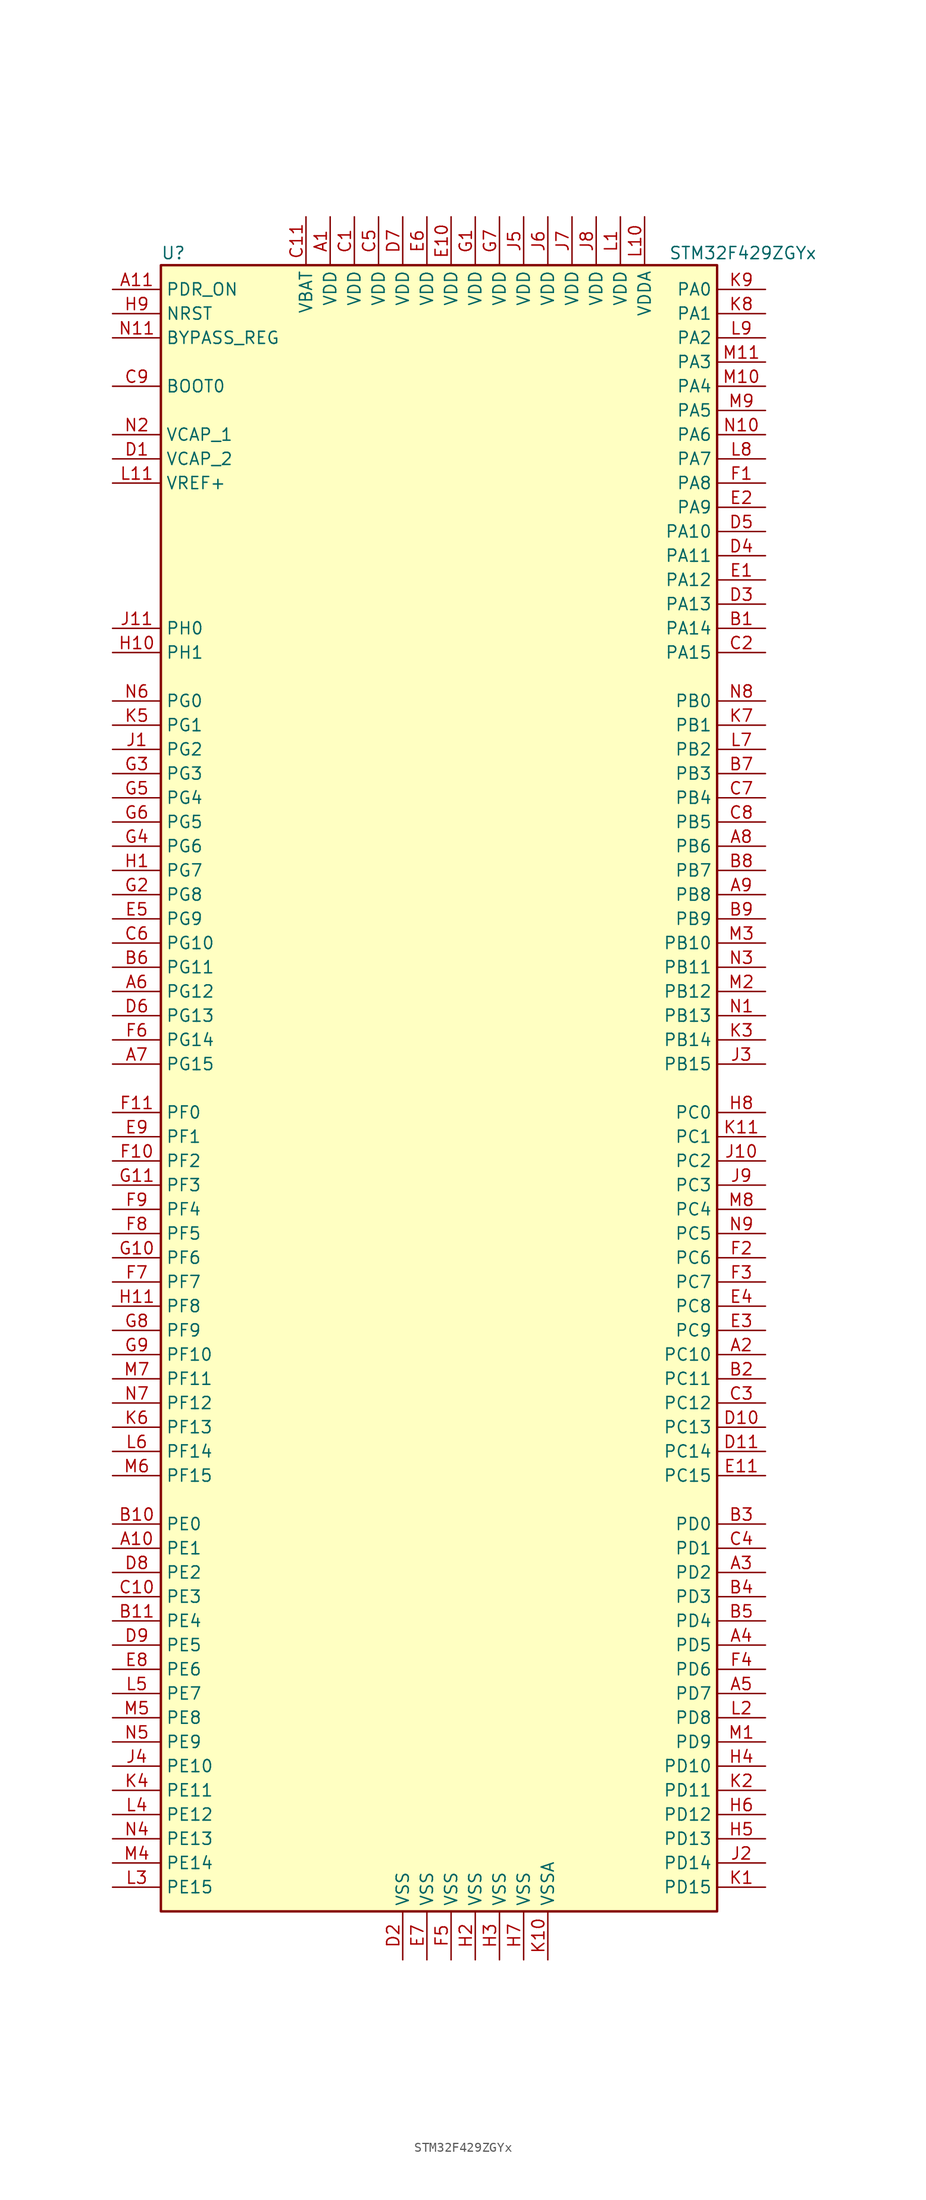
<source format=kicad_sym>
(kicad_symbol_lib
  (version 20220914)
  (generator kicad_symbol_editor)
  (symbol "STM32F429ZGYx"
    (property "Reference" "U"
      (at -30.48 87.63 0)
      (effects (font (size 1.27 1.27)) (justify left)))
    (property "Value" "STM32F429ZGYx"
      (at 22.86 87.63 0)
      (effects (font (size 1.27 1.27)) (justify left)))
    (symbol "STM32F429ZGYx_0_1"
      (rectangle (start -30.48 -86.36) (end 27.94 86.36) (stroke (width 0.254) (type default)) (fill (type background))))
    (symbol "STM32F429ZGYx_1_1"
      (pin power_in line (at -12.7 91.44 270) (length 5.08) (name "VDD" (effects (font (size 1.27 1.27)))) (number "A1" (effects (font (size 1.27 1.27)))))
      (pin bidirectional line (at -35.56 -48.26 0) (length 5.08) (name "PE1" (effects (font (size 1.27 1.27)))) (number "A10" (effects (font (size 1.27 1.27)))))
      (pin input line (at -35.56 83.82 0) (length 5.08) (name "PDR_ON" (effects (font (size 1.27 1.27)))) (number "A11" (effects (font (size 1.27 1.27)))))
      (pin bidirectional line (at 33.02 -27.94 180) (length 5.08) (name "PC10" (effects (font (size 1.27 1.27)))) (number "A2" (effects (font (size 1.27 1.27)))))
      (pin bidirectional line (at 33.02 -50.8 180) (length 5.08) (name "PD2" (effects (font (size 1.27 1.27)))) (number "A3" (effects (font (size 1.27 1.27)))))
      (pin bidirectional line (at 33.02 -58.42 180) (length 5.08) (name "PD5" (effects (font (size 1.27 1.27)))) (number "A4" (effects (font (size 1.27 1.27)))))
      (pin bidirectional line (at 33.02 -63.5 180) (length 5.08) (name "PD7" (effects (font (size 1.27 1.27)))) (number "A5" (effects (font (size 1.27 1.27)))))
      (pin bidirectional line (at -35.56 10.16 0) (length 5.08) (name "PG12" (effects (font (size 1.27 1.27)))) (number "A6" (effects (font (size 1.27 1.27)))))
      (pin bidirectional line (at -35.56 2.54 0) (length 5.08) (name "PG15" (effects (font (size 1.27 1.27)))) (number "A7" (effects (font (size 1.27 1.27)))))
      (pin bidirectional line (at 33.02 25.4 180) (length 5.08) (name "PB6" (effects (font (size 1.27 1.27)))) (number "A8" (effects (font (size 1.27 1.27)))))
      (pin bidirectional line (at 33.02 20.32 180) (length 5.08) (name "PB8" (effects (font (size 1.27 1.27)))) (number "A9" (effects (font (size 1.27 1.27)))))
      (pin bidirectional line (at 33.02 48.26 180) (length 5.08) (name "PA14" (effects (font (size 1.27 1.27)))) (number "B1" (effects (font (size 1.27 1.27)))))
      (pin bidirectional line (at -35.56 -45.72 0) (length 5.08) (name "PE0" (effects (font (size 1.27 1.27)))) (number "B10" (effects (font (size 1.27 1.27)))))
      (pin bidirectional line (at -35.56 -55.88 0) (length 5.08) (name "PE4" (effects (font (size 1.27 1.27)))) (number "B11" (effects (font (size 1.27 1.27)))))
      (pin bidirectional line (at 33.02 -30.48 180) (length 5.08) (name "PC11" (effects (font (size 1.27 1.27)))) (number "B2" (effects (font (size 1.27 1.27)))))
      (pin bidirectional line (at 33.02 -45.72 180) (length 5.08) (name "PD0" (effects (font (size 1.27 1.27)))) (number "B3" (effects (font (size 1.27 1.27)))))
      (pin bidirectional line (at 33.02 -53.34 180) (length 5.08) (name "PD3" (effects (font (size 1.27 1.27)))) (number "B4" (effects (font (size 1.27 1.27)))))
      (pin bidirectional line (at 33.02 -55.88 180) (length 5.08) (name "PD4" (effects (font (size 1.27 1.27)))) (number "B5" (effects (font (size 1.27 1.27)))))
      (pin bidirectional line (at -35.56 12.7 0) (length 5.08) (name "PG11" (effects (font (size 1.27 1.27)))) (number "B6" (effects (font (size 1.27 1.27)))))
      (pin bidirectional line (at 33.02 33.02 180) (length 5.08) (name "PB3" (effects (font (size 1.27 1.27)))) (number "B7" (effects (font (size 1.27 1.27)))))
      (pin bidirectional line (at 33.02 22.86 180) (length 5.08) (name "PB7" (effects (font (size 1.27 1.27)))) (number "B8" (effects (font (size 1.27 1.27)))))
      (pin bidirectional line (at 33.02 17.78 180) (length 5.08) (name "PB9" (effects (font (size 1.27 1.27)))) (number "B9" (effects (font (size 1.27 1.27)))))
      (pin power_in line (at -10.16 91.44 270) (length 5.08) (name "VDD" (effects (font (size 1.27 1.27)))) (number "C1" (effects (font (size 1.27 1.27)))))
      (pin bidirectional line (at -35.56 -53.34 0) (length 5.08) (name "PE3" (effects (font (size 1.27 1.27)))) (number "C10" (effects (font (size 1.27 1.27)))))
      (pin power_in line (at -15.24 91.44 270) (length 5.08) (name "VBAT" (effects (font (size 1.27 1.27)))) (number "C11" (effects (font (size 1.27 1.27)))))
      (pin bidirectional line (at 33.02 45.72 180) (length 5.08) (name "PA15" (effects (font (size 1.27 1.27)))) (number "C2" (effects (font (size 1.27 1.27)))))
      (pin bidirectional line (at 33.02 -33.02 180) (length 5.08) (name "PC12" (effects (font (size 1.27 1.27)))) (number "C3" (effects (font (size 1.27 1.27)))))
      (pin bidirectional line (at 33.02 -48.26 180) (length 5.08) (name "PD1" (effects (font (size 1.27 1.27)))) (number "C4" (effects (font (size 1.27 1.27)))))
      (pin power_in line (at -7.62 91.44 270) (length 5.08) (name "VDD" (effects (font (size 1.27 1.27)))) (number "C5" (effects (font (size 1.27 1.27)))))
      (pin bidirectional line (at -35.56 15.24 0) (length 5.08) (name "PG10" (effects (font (size 1.27 1.27)))) (number "C6" (effects (font (size 1.27 1.27)))))
      (pin bidirectional line (at 33.02 30.48 180) (length 5.08) (name "PB4" (effects (font (size 1.27 1.27)))) (number "C7" (effects (font (size 1.27 1.27)))))
      (pin bidirectional line (at 33.02 27.94 180) (length 5.08) (name "PB5" (effects (font (size 1.27 1.27)))) (number "C8" (effects (font (size 1.27 1.27)))))
      (pin input line (at -35.56 73.66 0) (length 5.08) (name "BOOT0" (effects (font (size 1.27 1.27)))) (number "C9" (effects (font (size 1.27 1.27)))))
      (pin power_in line (at -35.56 66.04 0) (length 5.08) (name "VCAP_2" (effects (font (size 1.27 1.27)))) (number "D1" (effects (font (size 1.27 1.27)))))
      (pin bidirectional line (at 33.02 -35.56 180) (length 5.08) (name "PC13" (effects (font (size 1.27 1.27)))) (number "D10" (effects (font (size 1.27 1.27)))))
      (pin bidirectional line (at 33.02 -38.1 180) (length 5.08) (name "PC14" (effects (font (size 1.27 1.27)))) (number "D11" (effects (font (size 1.27 1.27)))))
      (pin power_in line (at -5.08 -91.44 90) (length 5.08) (name "VSS" (effects (font (size 1.27 1.27)))) (number "D2" (effects (font (size 1.27 1.27)))))
      (pin bidirectional line (at 33.02 50.8 180) (length 5.08) (name "PA13" (effects (font (size 1.27 1.27)))) (number "D3" (effects (font (size 1.27 1.27)))))
      (pin bidirectional line (at 33.02 55.88 180) (length 5.08) (name "PA11" (effects (font (size 1.27 1.27)))) (number "D4" (effects (font (size 1.27 1.27)))))
      (pin bidirectional line (at 33.02 58.42 180) (length 5.08) (name "PA10" (effects (font (size 1.27 1.27)))) (number "D5" (effects (font (size 1.27 1.27)))))
      (pin bidirectional line (at -35.56 7.62 0) (length 5.08) (name "PG13" (effects (font (size 1.27 1.27)))) (number "D6" (effects (font (size 1.27 1.27)))))
      (pin power_in line (at -5.08 91.44 270) (length 5.08) (name "VDD" (effects (font (size 1.27 1.27)))) (number "D7" (effects (font (size 1.27 1.27)))))
      (pin bidirectional line (at -35.56 -50.8 0) (length 5.08) (name "PE2" (effects (font (size 1.27 1.27)))) (number "D8" (effects (font (size 1.27 1.27)))))
      (pin bidirectional line (at -35.56 -58.42 0) (length 5.08) (name "PE5" (effects (font (size 1.27 1.27)))) (number "D9" (effects (font (size 1.27 1.27)))))
      (pin bidirectional line (at 33.02 53.34 180) (length 5.08) (name "PA12" (effects (font (size 1.27 1.27)))) (number "E1" (effects (font (size 1.27 1.27)))))
      (pin power_in line (at 0 91.44 270) (length 5.08) (name "VDD" (effects (font (size 1.27 1.27)))) (number "E10" (effects (font (size 1.27 1.27)))))
      (pin bidirectional line (at 33.02 -40.64 180) (length 5.08) (name "PC15" (effects (font (size 1.27 1.27)))) (number "E11" (effects (font (size 1.27 1.27)))))
      (pin bidirectional line (at 33.02 60.96 180) (length 5.08) (name "PA9" (effects (font (size 1.27 1.27)))) (number "E2" (effects (font (size 1.27 1.27)))))
      (pin bidirectional line (at 33.02 -25.4 180) (length 5.08) (name "PC9" (effects (font (size 1.27 1.27)))) (number "E3" (effects (font (size 1.27 1.27)))))
      (pin bidirectional line (at 33.02 -22.86 180) (length 5.08) (name "PC8" (effects (font (size 1.27 1.27)))) (number "E4" (effects (font (size 1.27 1.27)))))
      (pin bidirectional line (at -35.56 17.78 0) (length 5.08) (name "PG9" (effects (font (size 1.27 1.27)))) (number "E5" (effects (font (size 1.27 1.27)))))
      (pin power_in line (at -2.54 91.44 270) (length 5.08) (name "VDD" (effects (font (size 1.27 1.27)))) (number "E6" (effects (font (size 1.27 1.27)))))
      (pin power_in line (at -2.54 -91.44 90) (length 5.08) (name "VSS" (effects (font (size 1.27 1.27)))) (number "E7" (effects (font (size 1.27 1.27)))))
      (pin bidirectional line (at -35.56 -60.96 0) (length 5.08) (name "PE6" (effects (font (size 1.27 1.27)))) (number "E8" (effects (font (size 1.27 1.27)))))
      (pin bidirectional line (at -35.56 -5.08 0) (length 5.08) (name "PF1" (effects (font (size 1.27 1.27)))) (number "E9" (effects (font (size 1.27 1.27)))))
      (pin bidirectional line (at 33.02 63.5 180) (length 5.08) (name "PA8" (effects (font (size 1.27 1.27)))) (number "F1" (effects (font (size 1.27 1.27)))))
      (pin bidirectional line (at -35.56 -7.62 0) (length 5.08) (name "PF2" (effects (font (size 1.27 1.27)))) (number "F10" (effects (font (size 1.27 1.27)))))
      (pin bidirectional line (at -35.56 -2.54 0) (length 5.08) (name "PF0" (effects (font (size 1.27 1.27)))) (number "F11" (effects (font (size 1.27 1.27)))))
      (pin bidirectional line (at 33.02 -17.78 180) (length 5.08) (name "PC6" (effects (font (size 1.27 1.27)))) (number "F2" (effects (font (size 1.27 1.27)))))
      (pin bidirectional line (at 33.02 -20.32 180) (length 5.08) (name "PC7" (effects (font (size 1.27 1.27)))) (number "F3" (effects (font (size 1.27 1.27)))))
      (pin bidirectional line (at 33.02 -60.96 180) (length 5.08) (name "PD6" (effects (font (size 1.27 1.27)))) (number "F4" (effects (font (size 1.27 1.27)))))
      (pin power_in line (at 0 -91.44 90) (length 5.08) (name "VSS" (effects (font (size 1.27 1.27)))) (number "F5" (effects (font (size 1.27 1.27)))))
      (pin bidirectional line (at -35.56 5.08 0) (length 5.08) (name "PG14" (effects (font (size 1.27 1.27)))) (number "F6" (effects (font (size 1.27 1.27)))))
      (pin bidirectional line (at -35.56 -20.32 0) (length 5.08) (name "PF7" (effects (font (size 1.27 1.27)))) (number "F7" (effects (font (size 1.27 1.27)))))
      (pin bidirectional line (at -35.56 -15.24 0) (length 5.08) (name "PF5" (effects (font (size 1.27 1.27)))) (number "F8" (effects (font (size 1.27 1.27)))))
      (pin bidirectional line (at -35.56 -12.7 0) (length 5.08) (name "PF4" (effects (font (size 1.27 1.27)))) (number "F9" (effects (font (size 1.27 1.27)))))
      (pin power_in line (at 2.54 91.44 270) (length 5.08) (name "VDD" (effects (font (size 1.27 1.27)))) (number "G1" (effects (font (size 1.27 1.27)))))
      (pin bidirectional line (at -35.56 -17.78 0) (length 5.08) (name "PF6" (effects (font (size 1.27 1.27)))) (number "G10" (effects (font (size 1.27 1.27)))))
      (pin bidirectional line (at -35.56 -10.16 0) (length 5.08) (name "PF3" (effects (font (size 1.27 1.27)))) (number "G11" (effects (font (size 1.27 1.27)))))
      (pin bidirectional line (at -35.56 20.32 0) (length 5.08) (name "PG8" (effects (font (size 1.27 1.27)))) (number "G2" (effects (font (size 1.27 1.27)))))
      (pin bidirectional line (at -35.56 33.02 0) (length 5.08) (name "PG3" (effects (font (size 1.27 1.27)))) (number "G3" (effects (font (size 1.27 1.27)))))
      (pin bidirectional line (at -35.56 25.4 0) (length 5.08) (name "PG6" (effects (font (size 1.27 1.27)))) (number "G4" (effects (font (size 1.27 1.27)))))
      (pin bidirectional line (at -35.56 30.48 0) (length 5.08) (name "PG4" (effects (font (size 1.27 1.27)))) (number "G5" (effects (font (size 1.27 1.27)))))
      (pin bidirectional line (at -35.56 27.94 0) (length 5.08) (name "PG5" (effects (font (size 1.27 1.27)))) (number "G6" (effects (font (size 1.27 1.27)))))
      (pin power_in line (at 5.08 91.44 270) (length 5.08) (name "VDD" (effects (font (size 1.27 1.27)))) (number "G7" (effects (font (size 1.27 1.27)))))
      (pin bidirectional line (at -35.56 -25.4 0) (length 5.08) (name "PF9" (effects (font (size 1.27 1.27)))) (number "G8" (effects (font (size 1.27 1.27)))))
      (pin bidirectional line (at -35.56 -27.94 0) (length 5.08) (name "PF10" (effects (font (size 1.27 1.27)))) (number "G9" (effects (font (size 1.27 1.27)))))
      (pin bidirectional line (at -35.56 22.86 0) (length 5.08) (name "PG7" (effects (font (size 1.27 1.27)))) (number "H1" (effects (font (size 1.27 1.27)))))
      (pin input line (at -35.56 45.72 0) (length 5.08) (name "PH1" (effects (font (size 1.27 1.27)))) (number "H10" (effects (font (size 1.27 1.27)))))
      (pin bidirectional line (at -35.56 -22.86 0) (length 5.08) (name "PF8" (effects (font (size 1.27 1.27)))) (number "H11" (effects (font (size 1.27 1.27)))))
      (pin power_in line (at 2.54 -91.44 90) (length 5.08) (name "VSS" (effects (font (size 1.27 1.27)))) (number "H2" (effects (font (size 1.27 1.27)))))
      (pin power_in line (at 5.08 -91.44 90) (length 5.08) (name "VSS" (effects (font (size 1.27 1.27)))) (number "H3" (effects (font (size 1.27 1.27)))))
      (pin bidirectional line (at 33.02 -71.12 180) (length 5.08) (name "PD10" (effects (font (size 1.27 1.27)))) (number "H4" (effects (font (size 1.27 1.27)))))
      (pin bidirectional line (at 33.02 -78.74 180) (length 5.08) (name "PD13" (effects (font (size 1.27 1.27)))) (number "H5" (effects (font (size 1.27 1.27)))))
      (pin bidirectional line (at 33.02 -76.2 180) (length 5.08) (name "PD12" (effects (font (size 1.27 1.27)))) (number "H6" (effects (font (size 1.27 1.27)))))
      (pin power_in line (at 7.62 -91.44 90) (length 5.08) (name "VSS" (effects (font (size 1.27 1.27)))) (number "H7" (effects (font (size 1.27 1.27)))))
      (pin bidirectional line (at 33.02 -2.54 180) (length 5.08) (name "PC0" (effects (font (size 1.27 1.27)))) (number "H8" (effects (font (size 1.27 1.27)))))
      (pin input line (at -35.56 81.28 0) (length 5.08) (name "NRST" (effects (font (size 1.27 1.27)))) (number "H9" (effects (font (size 1.27 1.27)))))
      (pin bidirectional line (at -35.56 35.56 0) (length 5.08) (name "PG2" (effects (font (size 1.27 1.27)))) (number "J1" (effects (font (size 1.27 1.27)))))
      (pin bidirectional line (at 33.02 -7.62 180) (length 5.08) (name "PC2" (effects (font (size 1.27 1.27)))) (number "J10" (effects (font (size 1.27 1.27)))))
      (pin input line (at -35.56 48.26 0) (length 5.08) (name "PH0" (effects (font (size 1.27 1.27)))) (number "J11" (effects (font (size 1.27 1.27)))))
      (pin bidirectional line (at 33.02 -81.28 180) (length 5.08) (name "PD14" (effects (font (size 1.27 1.27)))) (number "J2" (effects (font (size 1.27 1.27)))))
      (pin bidirectional line (at 33.02 2.54 180) (length 5.08) (name "PB15" (effects (font (size 1.27 1.27)))) (number "J3" (effects (font (size 1.27 1.27)))))
      (pin bidirectional line (at -35.56 -71.12 0) (length 5.08) (name "PE10" (effects (font (size 1.27 1.27)))) (number "J4" (effects (font (size 1.27 1.27)))))
      (pin power_in line (at 7.62 91.44 270) (length 5.08) (name "VDD" (effects (font (size 1.27 1.27)))) (number "J5" (effects (font (size 1.27 1.27)))))
      (pin power_in line (at 10.16 91.44 270) (length 5.08) (name "VDD" (effects (font (size 1.27 1.27)))) (number "J6" (effects (font (size 1.27 1.27)))))
      (pin power_in line (at 12.7 91.44 270) (length 5.08) (name "VDD" (effects (font (size 1.27 1.27)))) (number "J7" (effects (font (size 1.27 1.27)))))
      (pin power_in line (at 15.24 91.44 270) (length 5.08) (name "VDD" (effects (font (size 1.27 1.27)))) (number "J8" (effects (font (size 1.27 1.27)))))
      (pin bidirectional line (at 33.02 -10.16 180) (length 5.08) (name "PC3" (effects (font (size 1.27 1.27)))) (number "J9" (effects (font (size 1.27 1.27)))))
      (pin bidirectional line (at 33.02 -83.82 180) (length 5.08) (name "PD15" (effects (font (size 1.27 1.27)))) (number "K1" (effects (font (size 1.27 1.27)))))
      (pin power_in line (at 10.16 -91.44 90) (length 5.08) (name "VSSA" (effects (font (size 1.27 1.27)))) (number "K10" (effects (font (size 1.27 1.27)))))
      (pin bidirectional line (at 33.02 -5.08 180) (length 5.08) (name "PC1" (effects (font (size 1.27 1.27)))) (number "K11" (effects (font (size 1.27 1.27)))))
      (pin bidirectional line (at 33.02 -73.66 180) (length 5.08) (name "PD11" (effects (font (size 1.27 1.27)))) (number "K2" (effects (font (size 1.27 1.27)))))
      (pin bidirectional line (at 33.02 5.08 180) (length 5.08) (name "PB14" (effects (font (size 1.27 1.27)))) (number "K3" (effects (font (size 1.27 1.27)))))
      (pin bidirectional line (at -35.56 -73.66 0) (length 5.08) (name "PE11" (effects (font (size 1.27 1.27)))) (number "K4" (effects (font (size 1.27 1.27)))))
      (pin bidirectional line (at -35.56 38.1 0) (length 5.08) (name "PG1" (effects (font (size 1.27 1.27)))) (number "K5" (effects (font (size 1.27 1.27)))))
      (pin bidirectional line (at -35.56 -35.56 0) (length 5.08) (name "PF13" (effects (font (size 1.27 1.27)))) (number "K6" (effects (font (size 1.27 1.27)))))
      (pin bidirectional line (at 33.02 38.1 180) (length 5.08) (name "PB1" (effects (font (size 1.27 1.27)))) (number "K7" (effects (font (size 1.27 1.27)))))
      (pin bidirectional line (at 33.02 81.28 180) (length 5.08) (name "PA1" (effects (font (size 1.27 1.27)))) (number "K8" (effects (font (size 1.27 1.27)))))
      (pin bidirectional line (at 33.02 83.82 180) (length 5.08) (name "PA0" (effects (font (size 1.27 1.27)))) (number "K9" (effects (font (size 1.27 1.27)))))
      (pin power_in line (at 17.78 91.44 270) (length 5.08) (name "VDD" (effects (font (size 1.27 1.27)))) (number "L1" (effects (font (size 1.27 1.27)))))
      (pin power_in line (at 20.32 91.44 270) (length 5.08) (name "VDDA" (effects (font (size 1.27 1.27)))) (number "L10" (effects (font (size 1.27 1.27)))))
      (pin power_in line (at -35.56 63.5 0) (length 5.08) (name "VREF+" (effects (font (size 1.27 1.27)))) (number "L11" (effects (font (size 1.27 1.27)))))
      (pin bidirectional line (at 33.02 -66.04 180) (length 5.08) (name "PD8" (effects (font (size 1.27 1.27)))) (number "L2" (effects (font (size 1.27 1.27)))))
      (pin bidirectional line (at -35.56 -83.82 0) (length 5.08) (name "PE15" (effects (font (size 1.27 1.27)))) (number "L3" (effects (font (size 1.27 1.27)))))
      (pin bidirectional line (at -35.56 -76.2 0) (length 5.08) (name "PE12" (effects (font (size 1.27 1.27)))) (number "L4" (effects (font (size 1.27 1.27)))))
      (pin bidirectional line (at -35.56 -63.5 0) (length 5.08) (name "PE7" (effects (font (size 1.27 1.27)))) (number "L5" (effects (font (size 1.27 1.27)))))
      (pin bidirectional line (at -35.56 -38.1 0) (length 5.08) (name "PF14" (effects (font (size 1.27 1.27)))) (number "L6" (effects (font (size 1.27 1.27)))))
      (pin bidirectional line (at 33.02 35.56 180) (length 5.08) (name "PB2" (effects (font (size 1.27 1.27)))) (number "L7" (effects (font (size 1.27 1.27)))))
      (pin bidirectional line (at 33.02 66.04 180) (length 5.08) (name "PA7" (effects (font (size 1.27 1.27)))) (number "L8" (effects (font (size 1.27 1.27)))))
      (pin bidirectional line (at 33.02 78.74 180) (length 5.08) (name "PA2" (effects (font (size 1.27 1.27)))) (number "L9" (effects (font (size 1.27 1.27)))))
      (pin bidirectional line (at 33.02 -68.58 180) (length 5.08) (name "PD9" (effects (font (size 1.27 1.27)))) (number "M1" (effects (font (size 1.27 1.27)))))
      (pin bidirectional line (at 33.02 73.66 180) (length 5.08) (name "PA4" (effects (font (size 1.27 1.27)))) (number "M10" (effects (font (size 1.27 1.27)))))
      (pin bidirectional line (at 33.02 76.2 180) (length 5.08) (name "PA3" (effects (font (size 1.27 1.27)))) (number "M11" (effects (font (size 1.27 1.27)))))
      (pin bidirectional line (at 33.02 10.16 180) (length 5.08) (name "PB12" (effects (font (size 1.27 1.27)))) (number "M2" (effects (font (size 1.27 1.27)))))
      (pin bidirectional line (at 33.02 15.24 180) (length 5.08) (name "PB10" (effects (font (size 1.27 1.27)))) (number "M3" (effects (font (size 1.27 1.27)))))
      (pin bidirectional line (at -35.56 -81.28 0) (length 5.08) (name "PE14" (effects (font (size 1.27 1.27)))) (number "M4" (effects (font (size 1.27 1.27)))))
      (pin bidirectional line (at -35.56 -66.04 0) (length 5.08) (name "PE8" (effects (font (size 1.27 1.27)))) (number "M5" (effects (font (size 1.27 1.27)))))
      (pin bidirectional line (at -35.56 -40.64 0) (length 5.08) (name "PF15" (effects (font (size 1.27 1.27)))) (number "M6" (effects (font (size 1.27 1.27)))))
      (pin bidirectional line (at -35.56 -30.48 0) (length 5.08) (name "PF11" (effects (font (size 1.27 1.27)))) (number "M7" (effects (font (size 1.27 1.27)))))
      (pin bidirectional line (at 33.02 -12.7 180) (length 5.08) (name "PC4" (effects (font (size 1.27 1.27)))) (number "M8" (effects (font (size 1.27 1.27)))))
      (pin bidirectional line (at 33.02 71.12 180) (length 5.08) (name "PA5" (effects (font (size 1.27 1.27)))) (number "M9" (effects (font (size 1.27 1.27)))))
      (pin bidirectional line (at 33.02 7.62 180) (length 5.08) (name "PB13" (effects (font (size 1.27 1.27)))) (number "N1" (effects (font (size 1.27 1.27)))))
      (pin bidirectional line (at 33.02 68.58 180) (length 5.08) (name "PA6" (effects (font (size 1.27 1.27)))) (number "N10" (effects (font (size 1.27 1.27)))))
      (pin input line (at -35.56 78.74 0) (length 5.08) (name "BYPASS_REG" (effects (font (size 1.27 1.27)))) (number "N11" (effects (font (size 1.27 1.27)))))
      (pin power_in line (at -35.56 68.58 0) (length 5.08) (name "VCAP_1" (effects (font (size 1.27 1.27)))) (number "N2" (effects (font (size 1.27 1.27)))))
      (pin bidirectional line (at 33.02 12.7 180) (length 5.08) (name "PB11" (effects (font (size 1.27 1.27)))) (number "N3" (effects (font (size 1.27 1.27)))))
      (pin bidirectional line (at -35.56 -78.74 0) (length 5.08) (name "PE13" (effects (font (size 1.27 1.27)))) (number "N4" (effects (font (size 1.27 1.27)))))
      (pin bidirectional line (at -35.56 -68.58 0) (length 5.08) (name "PE9" (effects (font (size 1.27 1.27)))) (number "N5" (effects (font (size 1.27 1.27)))))
      (pin bidirectional line (at -35.56 40.64 0) (length 5.08) (name "PG0" (effects (font (size 1.27 1.27)))) (number "N6" (effects (font (size 1.27 1.27)))))
      (pin bidirectional line (at -35.56 -33.02 0) (length 5.08) (name "PF12" (effects (font (size 1.27 1.27)))) (number "N7" (effects (font (size 1.27 1.27)))))
      (pin bidirectional line (at 33.02 40.64 180) (length 5.08) (name "PB0" (effects (font (size 1.27 1.27)))) (number "N8" (effects (font (size 1.27 1.27)))))
      (pin bidirectional line (at 33.02 -15.24 180) (length 5.08) (name "PC5" (effects (font (size 1.27 1.27)))) (number "N9" (effects (font (size 1.27 1.27))))))))
</source>
